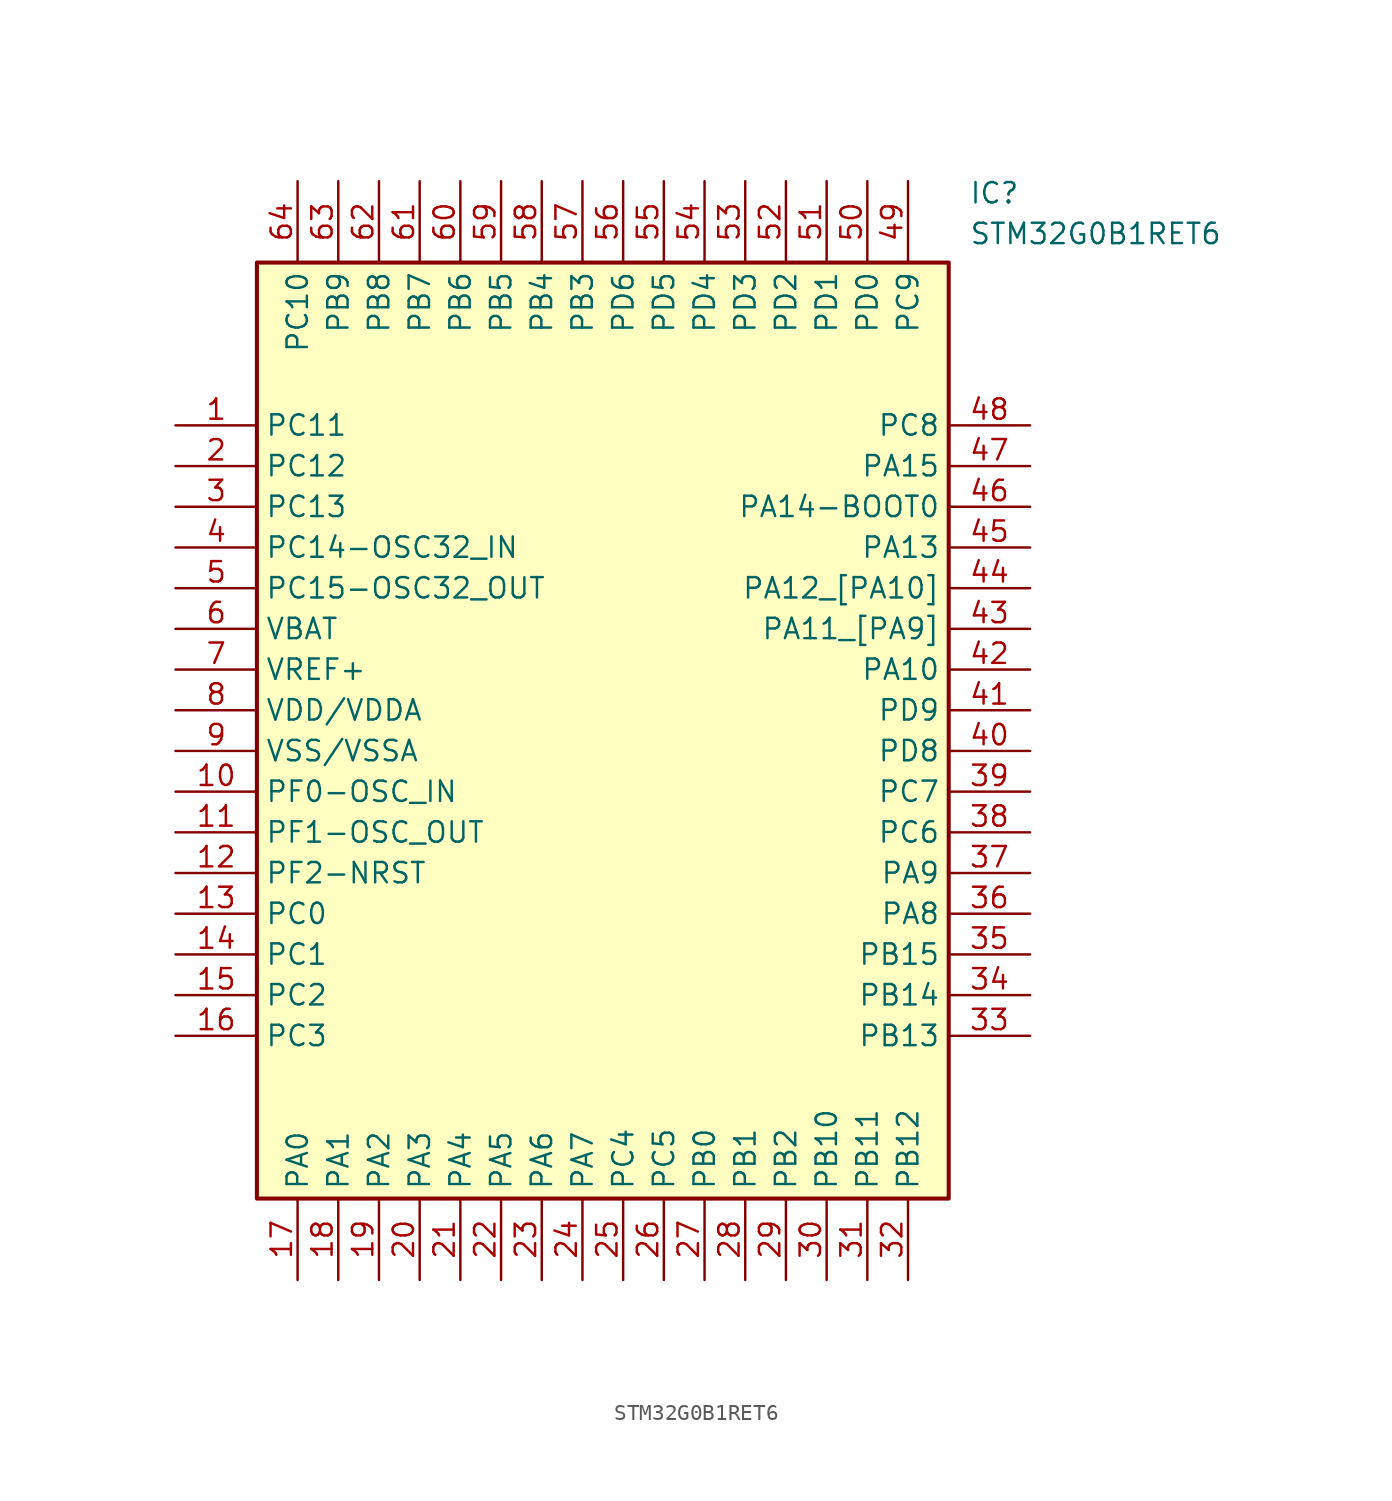
<source format=kicad_sym>
(kicad_symbol_lib
  (version 20211014)
  (generator SamacSys_ECAD_Model)
  (symbol "STM32G0B1RET6"
    (property "Reference" "IC"
      (at 49.53 15.24 0)
      (effects (font (size 1.27 1.27)) (justify left top)))
    (property "Value" "STM32G0B1RET6"
      (at 49.53 12.7 0)
      (effects (font (size 1.27 1.27)) (justify left top)))
    (rectangle
      (start 5.08 10.16)
      (end 48.26 -48.26)
      (stroke (width 0.254) (type default))
      (fill (type background)))
    (pin passive line
      (at 0 0 0)
      (length 5.08)
      (name "PC11" (effects (font (size 1.27 1.27))))
      (number "1" (effects (font (size 1.27 1.27)))))
    (pin passive line
      (at 0 -2.54 0)
      (length 5.08)
      (name "PC12" (effects (font (size 1.27 1.27))))
      (number "2" (effects (font (size 1.27 1.27)))))
    (pin passive line
      (at 0 -5.08 0)
      (length 5.08)
      (name "PC13" (effects (font (size 1.27 1.27))))
      (number "3" (effects (font (size 1.27 1.27)))))
    (pin passive line
      (at 0 -7.62 0)
      (length 5.08)
      (name "PC14-OSC32_IN" (effects (font (size 1.27 1.27))))
      (number "4" (effects (font (size 1.27 1.27)))))
    (pin passive line
      (at 0 -10.16 0)
      (length 5.08)
      (name "PC15-OSC32_OUT" (effects (font (size 1.27 1.27))))
      (number "5" (effects (font (size 1.27 1.27)))))
    (pin passive line
      (at 0 -12.7 0)
      (length 5.08)
      (name "VBAT" (effects (font (size 1.27 1.27))))
      (number "6" (effects (font (size 1.27 1.27)))))
    (pin passive line
      (at 0 -15.24 0)
      (length 5.08)
      (name "VREF+" (effects (font (size 1.27 1.27))))
      (number "7" (effects (font (size 1.27 1.27)))))
    (pin passive line
      (at 0 -17.78 0)
      (length 5.08)
      (name "VDD/VDDA" (effects (font (size 1.27 1.27))))
      (number "8" (effects (font (size 1.27 1.27)))))
    (pin passive line
      (at 0 -20.32 0)
      (length 5.08)
      (name "VSS/VSSA" (effects (font (size 1.27 1.27))))
      (number "9" (effects (font (size 1.27 1.27)))))
    (pin passive line
      (at 0 -22.86 0)
      (length 5.08)
      (name "PF0-OSC_IN" (effects (font (size 1.27 1.27))))
      (number "10" (effects (font (size 1.27 1.27)))))
    (pin passive line
      (at 0 -25.4 0)
      (length 5.08)
      (name "PF1-OSC_OUT" (effects (font (size 1.27 1.27))))
      (number "11" (effects (font (size 1.27 1.27)))))
    (pin passive line
      (at 0 -27.94 0)
      (length 5.08)
      (name "PF2-NRST" (effects (font (size 1.27 1.27))))
      (number "12" (effects (font (size 1.27 1.27)))))
    (pin passive line
      (at 0 -30.48 0)
      (length 5.08)
      (name "PC0" (effects (font (size 1.27 1.27))))
      (number "13" (effects (font (size 1.27 1.27)))))
    (pin passive line
      (at 0 -33.02 0)
      (length 5.08)
      (name "PC1" (effects (font (size 1.27 1.27))))
      (number "14" (effects (font (size 1.27 1.27)))))
    (pin passive line
      (at 0 -35.56 0)
      (length 5.08)
      (name "PC2" (effects (font (size 1.27 1.27))))
      (number "15" (effects (font (size 1.27 1.27)))))
    (pin passive line
      (at 0 -38.1 0)
      (length 5.08)
      (name "PC3" (effects (font (size 1.27 1.27))))
      (number "16" (effects (font (size 1.27 1.27)))))
    (pin passive line
      (at 7.62 -53.34 90)
      (length 5.08)
      (name "PA0" (effects (font (size 1.27 1.27))))
      (number "17" (effects (font (size 1.27 1.27)))))
    (pin passive line
      (at 10.16 -53.34 90)
      (length 5.08)
      (name "PA1" (effects (font (size 1.27 1.27))))
      (number "18" (effects (font (size 1.27 1.27)))))
    (pin passive line
      (at 12.7 -53.34 90)
      (length 5.08)
      (name "PA2" (effects (font (size 1.27 1.27))))
      (number "19" (effects (font (size 1.27 1.27)))))
    (pin passive line
      (at 15.24 -53.34 90)
      (length 5.08)
      (name "PA3" (effects (font (size 1.27 1.27))))
      (number "20" (effects (font (size 1.27 1.27)))))
    (pin passive line
      (at 17.78 -53.34 90)
      (length 5.08)
      (name "PA4" (effects (font (size 1.27 1.27))))
      (number "21" (effects (font (size 1.27 1.27)))))
    (pin passive line
      (at 20.32 -53.34 90)
      (length 5.08)
      (name "PA5" (effects (font (size 1.27 1.27))))
      (number "22" (effects (font (size 1.27 1.27)))))
    (pin passive line
      (at 22.86 -53.34 90)
      (length 5.08)
      (name "PA6" (effects (font (size 1.27 1.27))))
      (number "23" (effects (font (size 1.27 1.27)))))
    (pin passive line
      (at 25.4 -53.34 90)
      (length 5.08)
      (name "PA7" (effects (font (size 1.27 1.27))))
      (number "24" (effects (font (size 1.27 1.27)))))
    (pin passive line
      (at 27.94 -53.34 90)
      (length 5.08)
      (name "PC4" (effects (font (size 1.27 1.27))))
      (number "25" (effects (font (size 1.27 1.27)))))
    (pin passive line
      (at 30.48 -53.34 90)
      (length 5.08)
      (name "PC5" (effects (font (size 1.27 1.27))))
      (number "26" (effects (font (size 1.27 1.27)))))
    (pin passive line
      (at 33.02 -53.34 90)
      (length 5.08)
      (name "PB0" (effects (font (size 1.27 1.27))))
      (number "27" (effects (font (size 1.27 1.27)))))
    (pin passive line
      (at 35.56 -53.34 90)
      (length 5.08)
      (name "PB1" (effects (font (size 1.27 1.27))))
      (number "28" (effects (font (size 1.27 1.27)))))
    (pin passive line
      (at 38.1 -53.34 90)
      (length 5.08)
      (name "PB2" (effects (font (size 1.27 1.27))))
      (number "29" (effects (font (size 1.27 1.27)))))
    (pin passive line
      (at 40.64 -53.34 90)
      (length 5.08)
      (name "PB10" (effects (font (size 1.27 1.27))))
      (number "30" (effects (font (size 1.27 1.27)))))
    (pin passive line
      (at 43.18 -53.34 90)
      (length 5.08)
      (name "PB11" (effects (font (size 1.27 1.27))))
      (number "31" (effects (font (size 1.27 1.27)))))
    (pin passive line
      (at 45.72 -53.34 90)
      (length 5.08)
      (name "PB12" (effects (font (size 1.27 1.27))))
      (number "32" (effects (font (size 1.27 1.27)))))
    (pin passive line
      (at 53.34 0 180)
      (length 5.08)
      (name "PC8" (effects (font (size 1.27 1.27))))
      (number "48" (effects (font (size 1.27 1.27)))))
    (pin passive line
      (at 53.34 -2.54 180)
      (length 5.08)
      (name "PA15" (effects (font (size 1.27 1.27))))
      (number "47" (effects (font (size 1.27 1.27)))))
    (pin passive line
      (at 53.34 -5.08 180)
      (length 5.08)
      (name "PA14-BOOT0" (effects (font (size 1.27 1.27))))
      (number "46" (effects (font (size 1.27 1.27)))))
    (pin passive line
      (at 53.34 -7.62 180)
      (length 5.08)
      (name "PA13" (effects (font (size 1.27 1.27))))
      (number "45" (effects (font (size 1.27 1.27)))))
    (pin passive line
      (at 53.34 -10.16 180)
      (length 5.08)
      (name "PA12_[PA10]" (effects (font (size 1.27 1.27))))
      (number "44" (effects (font (size 1.27 1.27)))))
    (pin passive line
      (at 53.34 -12.7 180)
      (length 5.08)
      (name "PA11_[PA9]" (effects (font (size 1.27 1.27))))
      (number "43" (effects (font (size 1.27 1.27)))))
    (pin passive line
      (at 53.34 -15.24 180)
      (length 5.08)
      (name "PA10" (effects (font (size 1.27 1.27))))
      (number "42" (effects (font (size 1.27 1.27)))))
    (pin passive line
      (at 53.34 -17.78 180)
      (length 5.08)
      (name "PD9" (effects (font (size 1.27 1.27))))
      (number "41" (effects (font (size 1.27 1.27)))))
    (pin passive line
      (at 53.34 -20.32 180)
      (length 5.08)
      (name "PD8" (effects (font (size 1.27 1.27))))
      (number "40" (effects (font (size 1.27 1.27)))))
    (pin passive line
      (at 53.34 -22.86 180)
      (length 5.08)
      (name "PC7" (effects (font (size 1.27 1.27))))
      (number "39" (effects (font (size 1.27 1.27)))))
    (pin passive line
      (at 53.34 -25.4 180)
      (length 5.08)
      (name "PC6" (effects (font (size 1.27 1.27))))
      (number "38" (effects (font (size 1.27 1.27)))))
    (pin passive line
      (at 53.34 -27.94 180)
      (length 5.08)
      (name "PA9" (effects (font (size 1.27 1.27))))
      (number "37" (effects (font (size 1.27 1.27)))))
    (pin passive line
      (at 53.34 -30.48 180)
      (length 5.08)
      (name "PA8" (effects (font (size 1.27 1.27))))
      (number "36" (effects (font (size 1.27 1.27)))))
    (pin passive line
      (at 53.34 -33.02 180)
      (length 5.08)
      (name "PB15" (effects (font (size 1.27 1.27))))
      (number "35" (effects (font (size 1.27 1.27)))))
    (pin passive line
      (at 53.34 -35.56 180)
      (length 5.08)
      (name "PB14" (effects (font (size 1.27 1.27))))
      (number "34" (effects (font (size 1.27 1.27)))))
    (pin passive line
      (at 53.34 -38.1 180)
      (length 5.08)
      (name "PB13" (effects (font (size 1.27 1.27))))
      (number "33" (effects (font (size 1.27 1.27)))))
    (pin passive line
      (at 7.62 15.24 270)
      (length 5.08)
      (name "PC10" (effects (font (size 1.27 1.27))))
      (number "64" (effects (font (size 1.27 1.27)))))
    (pin passive line
      (at 10.16 15.24 270)
      (length 5.08)
      (name "PB9" (effects (font (size 1.27 1.27))))
      (number "63" (effects (font (size 1.27 1.27)))))
    (pin passive line
      (at 12.7 15.24 270)
      (length 5.08)
      (name "PB8" (effects (font (size 1.27 1.27))))
      (number "62" (effects (font (size 1.27 1.27)))))
    (pin passive line
      (at 15.24 15.24 270)
      (length 5.08)
      (name "PB7" (effects (font (size 1.27 1.27))))
      (number "61" (effects (font (size 1.27 1.27)))))
    (pin passive line
      (at 17.78 15.24 270)
      (length 5.08)
      (name "PB6" (effects (font (size 1.27 1.27))))
      (number "60" (effects (font (size 1.27 1.27)))))
    (pin passive line
      (at 20.32 15.24 270)
      (length 5.08)
      (name "PB5" (effects (font (size 1.27 1.27))))
      (number "59" (effects (font (size 1.27 1.27)))))
    (pin passive line
      (at 22.86 15.24 270)
      (length 5.08)
      (name "PB4" (effects (font (size 1.27 1.27))))
      (number "58" (effects (font (size 1.27 1.27)))))
    (pin passive line
      (at 25.4 15.24 270)
      (length 5.08)
      (name "PB3" (effects (font (size 1.27 1.27))))
      (number "57" (effects (font (size 1.27 1.27)))))
    (pin passive line
      (at 27.94 15.24 270)
      (length 5.08)
      (name "PD6" (effects (font (size 1.27 1.27))))
      (number "56" (effects (font (size 1.27 1.27)))))
    (pin passive line
      (at 30.48 15.24 270)
      (length 5.08)
      (name "PD5" (effects (font (size 1.27 1.27))))
      (number "55" (effects (font (size 1.27 1.27)))))
    (pin passive line
      (at 33.02 15.24 270)
      (length 5.08)
      (name "PD4" (effects (font (size 1.27 1.27))))
      (number "54" (effects (font (size 1.27 1.27)))))
    (pin passive line
      (at 35.56 15.24 270)
      (length 5.08)
      (name "PD3" (effects (font (size 1.27 1.27))))
      (number "53" (effects (font (size 1.27 1.27)))))
    (pin passive line
      (at 38.1 15.24 270)
      (length 5.08)
      (name "PD2" (effects (font (size 1.27 1.27))))
      (number "52" (effects (font (size 1.27 1.27)))))
    (pin passive line
      (at 40.64 15.24 270)
      (length 5.08)
      (name "PD1" (effects (font (size 1.27 1.27))))
      (number "51" (effects (font (size 1.27 1.27)))))
    (pin passive line
      (at 43.18 15.24 270)
      (length 5.08)
      (name "PD0" (effects (font (size 1.27 1.27))))
      (number "50" (effects (font (size 1.27 1.27)))))
    (pin passive line
      (at 45.72 15.24 270)
      (length 5.08)
      (name "PC9" (effects (font (size 1.27 1.27))))
      (number "49" (effects (font (size 1.27 1.27)))))))
</source>
